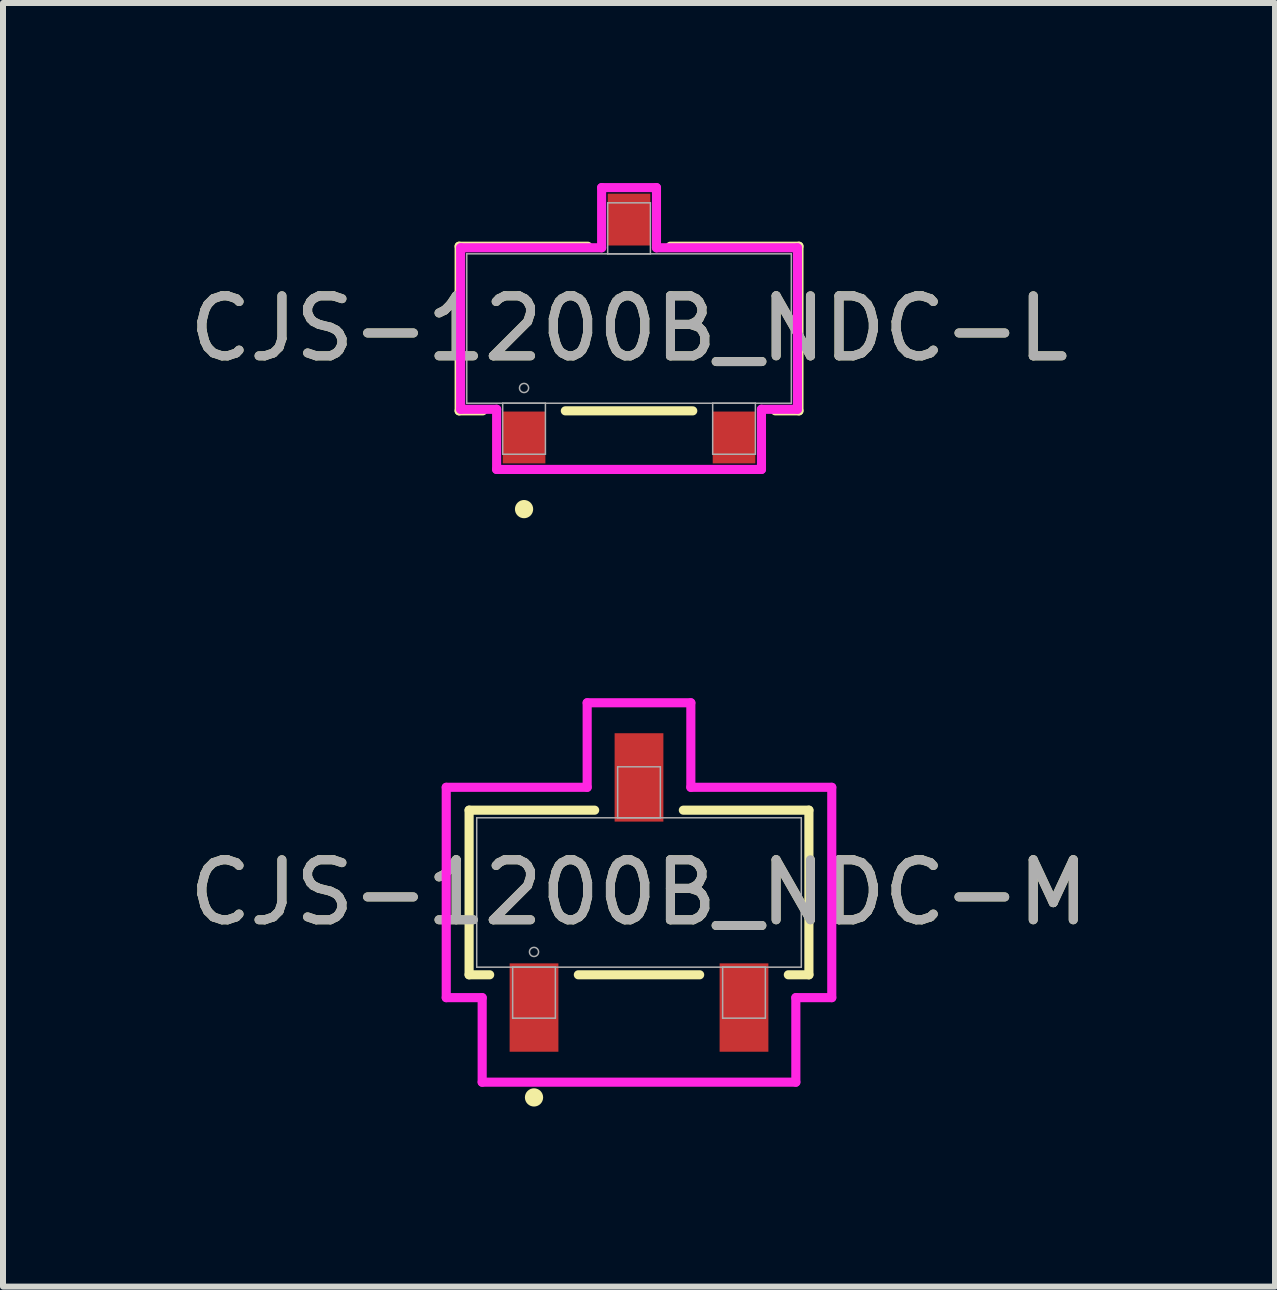
<source format=kicad_pcb>
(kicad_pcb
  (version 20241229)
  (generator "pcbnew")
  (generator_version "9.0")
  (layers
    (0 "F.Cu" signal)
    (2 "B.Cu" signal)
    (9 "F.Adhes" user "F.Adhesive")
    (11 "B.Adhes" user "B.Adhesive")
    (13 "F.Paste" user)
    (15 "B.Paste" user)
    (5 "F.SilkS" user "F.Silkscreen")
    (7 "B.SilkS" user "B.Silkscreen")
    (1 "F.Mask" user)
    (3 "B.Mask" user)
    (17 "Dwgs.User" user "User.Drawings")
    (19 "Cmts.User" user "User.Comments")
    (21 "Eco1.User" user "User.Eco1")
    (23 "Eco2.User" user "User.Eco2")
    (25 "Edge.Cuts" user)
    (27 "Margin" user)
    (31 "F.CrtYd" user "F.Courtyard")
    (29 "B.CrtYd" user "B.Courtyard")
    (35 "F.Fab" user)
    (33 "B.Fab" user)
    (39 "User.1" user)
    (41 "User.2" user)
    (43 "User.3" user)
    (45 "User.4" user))
  (footprint "CJS-1200B_NDC-M"
    (layer "F.Cu")
    (at 7.601 11.826)
    (property "Reference" "CJS-1200B_NDC-M" (at 0 0 0) (unlocked yes) (layer "F.SilkS") (effects (font (size 1 1) (thickness 0.15))))
    (attr smd)
    (fp_line (start -2.832 -1.372) (end -2.832 1.372) (stroke (width 0.152) (type solid)) (layer "F.SilkS"))
    (fp_line (start -2.832 1.372) (end -2.489 1.372) (stroke (width 0.152) (type solid)) (layer "F.SilkS"))
    (fp_line (start -1.011 1.372) (end 1.011 1.372) (stroke (width 0.152) (type solid)) (layer "F.SilkS"))
    (fp_line (start -0.739 -1.372) (end -2.832 -1.372) (stroke (width 0.152) (type solid)) (layer "F.SilkS"))
    (fp_line (start 2.489 1.372) (end 2.832 1.372) (stroke (width 0.152) (type solid)) (layer "F.SilkS"))
    (fp_line (start 2.832 -1.372) (end 0.739 -1.372) (stroke (width 0.152) (type solid)) (layer "F.SilkS"))
    (fp_line (start 2.832 1.372) (end 2.832 -1.372) (stroke (width 0.152) (type solid)) (layer "F.SilkS"))
    (fp_circle (center -1.75 3.416) (end -1.674 3.416) (stroke (width 0.152) (type solid)) (fill no) (layer "F.SilkS"))
    (fp_line (start -3.213 -1.753) (end -0.864 -1.753) (stroke (width 0.152) (type solid)) (layer "F.CrtYd"))
    (fp_line (start -3.213 1.753) (end -3.213 -1.753) (stroke (width 0.152) (type solid)) (layer "F.CrtYd"))
    (fp_line (start -3.213 1.753) (end -2.614 1.753) (stroke (width 0.152) (type solid)) (layer "F.CrtYd"))
    (fp_line (start -2.614 1.753) (end -2.614 3.162) (stroke (width 0.152) (type solid)) (layer "F.CrtYd"))
    (fp_line (start -2.614 3.162) (end 2.614 3.162) (stroke (width 0.152) (type solid)) (layer "F.CrtYd"))
    (fp_line (start -0.864 -3.162) (end 0.864 -3.162) (stroke (width 0.152) (type solid)) (layer "F.CrtYd"))
    (fp_line (start -0.864 -1.753) (end -0.864 -3.162) (stroke (width 0.152) (type solid)) (layer "F.CrtYd"))
    (fp_line (start 0.864 -1.753) (end 0.864 -3.162) (stroke (width 0.152) (type solid)) (layer "F.CrtYd"))
    (fp_line (start 2.614 1.753) (end 2.614 3.162) (stroke (width 0.152) (type solid)) (layer "F.CrtYd"))
    (fp_line (start 3.213 -1.753) (end 0.864 -1.753) (stroke (width 0.152) (type solid)) (layer "F.CrtYd"))
    (fp_line (start 3.213 -1.753) (end 3.213 1.753) (stroke (width 0.152) (type solid)) (layer "F.CrtYd"))
    (fp_line (start 3.213 1.753) (end 2.614 1.753) (stroke (width 0.152) (type solid)) (layer "F.CrtYd"))
    (fp_line (start -2.705 -1.245) (end -2.705 1.245) (stroke (width 0.025) (type solid)) (layer "F.Fab"))
    (fp_line (start -2.705 1.245) (end 2.705 1.245) (stroke (width 0.025) (type solid)) (layer "F.Fab"))
    (fp_line (start -2.106 1.245) (end -2.106 2.095) (stroke (width 0.025) (type solid)) (layer "F.Fab"))
    (fp_line (start -2.106 2.095) (end -1.394 2.095) (stroke (width 0.025) (type solid)) (layer "F.Fab"))
    (fp_line (start -1.394 1.245) (end -2.106 1.245) (stroke (width 0.025) (type solid)) (layer "F.Fab"))
    (fp_line (start -1.394 2.095) (end -1.394 1.245) (stroke (width 0.025) (type solid)) (layer "F.Fab"))
    (fp_line (start -0.356 -2.095) (end -0.356 -1.245) (stroke (width 0.025) (type solid)) (layer "F.Fab"))
    (fp_line (start -0.356 -1.245) (end 0.356 -1.245) (stroke (width 0.025) (type solid)) (layer "F.Fab"))
    (fp_line (start 0.356 -2.095) (end -0.356 -2.095) (stroke (width 0.025) (type solid)) (layer "F.Fab"))
    (fp_line (start 0.356 -1.245) (end 0.356 -2.095) (stroke (width 0.025) (type solid)) (layer "F.Fab"))
    (fp_line (start 1.394 1.245) (end 1.394 2.095) (stroke (width 0.025) (type solid)) (layer "F.Fab"))
    (fp_line (start 1.394 2.095) (end 2.106 2.095) (stroke (width 0.025) (type solid)) (layer "F.Fab"))
    (fp_line (start 2.106 1.245) (end 1.394 1.245) (stroke (width 0.025) (type solid)) (layer "F.Fab"))
    (fp_line (start 2.106 2.095) (end 2.106 1.245) (stroke (width 0.025) (type solid)) (layer "F.Fab"))
    (fp_line (start 2.705 -1.245) (end -2.705 -1.245) (stroke (width 0.025) (type solid)) (layer "F.Fab"))
    (fp_line (start 2.705 1.245) (end 2.705 -1.245) (stroke (width 0.025) (type solid)) (layer "F.Fab"))
    (fp_circle (center -1.75 0.991) (end -1.674 0.991) (stroke (width 0.025) (type solid)) (fill no) (layer "F.Fab"))
    (fp_text user "${REFERENCE}" (at 0 0 0) (unlocked yes) (layer "F.Fab") (effects (font (size 1 1) (thickness 0.15))))
    (pad "1" smd rect (at -1.75 1.918) (size 0.813 1.473) (layers "F.Cu" "F.Mask" "F.Paste"))
    (pad "2" smd rect (at 0 -1.918) (size 0.813 1.473) (layers "F.Cu" "F.Mask" "F.Paste"))
    (pad "3" smd rect (at 1.75 1.918) (size 0.813 1.473) (layers "F.Cu" "F.Mask" "F.Paste")))
  (footprint "CJS-1200B_NDC-L"
    (layer "F.Cu")
    (at 7.435 2.426)
    (property "Reference" "CJS-1200B_NDC-L" (at 0 0 0) (unlocked yes) (layer "F.SilkS") (effects (font (size 1 1) (thickness 0.15))))
    (attr smd)
    (fp_line (start -2.832 -1.372) (end -2.832 1.372) (stroke (width 0.152) (type solid)) (layer "F.SilkS"))
    (fp_line (start -2.832 1.372) (end -2.438 1.372) (stroke (width 0.152) (type solid)) (layer "F.SilkS"))
    (fp_line (start -1.062 1.372) (end 1.062 1.372) (stroke (width 0.152) (type solid)) (layer "F.SilkS"))
    (fp_line (start -0.688 -1.372) (end -2.832 -1.372) (stroke (width 0.152) (type solid)) (layer "F.SilkS"))
    (fp_line (start 2.438 1.372) (end 2.832 1.372) (stroke (width 0.152) (type solid)) (layer "F.SilkS"))
    (fp_line (start 2.832 -1.372) (end 0.688 -1.372) (stroke (width 0.152) (type solid)) (layer "F.SilkS"))
    (fp_line (start 2.832 1.372) (end 2.832 -1.372) (stroke (width 0.152) (type solid)) (layer "F.SilkS"))
    (fp_circle (center -1.75 3.01) (end -1.674 3.01) (stroke (width 0.152) (type solid)) (fill no) (layer "F.SilkS"))
    (fp_line (start -2.807 -1.346) (end -0.457 -1.346) (stroke (width 0.152) (type solid)) (layer "F.CrtYd"))
    (fp_line (start -2.807 1.346) (end -2.807 -1.346) (stroke (width 0.152) (type solid)) (layer "F.CrtYd"))
    (fp_line (start -2.807 1.346) (end -2.207 1.346) (stroke (width 0.152) (type solid)) (layer "F.CrtYd"))
    (fp_line (start -2.207 1.346) (end -2.207 2.349) (stroke (width 0.152) (type solid)) (layer "F.CrtYd"))
    (fp_line (start -2.207 2.349) (end 2.207 2.349) (stroke (width 0.152) (type solid)) (layer "F.CrtYd"))
    (fp_line (start -0.457 -2.349) (end 0.457 -2.349) (stroke (width 0.152) (type solid)) (layer "F.CrtYd"))
    (fp_line (start -0.457 -1.346) (end -0.457 -2.349) (stroke (width 0.152) (type solid)) (layer "F.CrtYd"))
    (fp_line (start 0.457 -1.346) (end 0.457 -2.349) (stroke (width 0.152) (type solid)) (layer "F.CrtYd"))
    (fp_line (start 2.207 1.346) (end 2.207 2.349) (stroke (width 0.152) (type solid)) (layer "F.CrtYd"))
    (fp_line (start 2.807 -1.346) (end 0.457 -1.346) (stroke (width 0.152) (type solid)) (layer "F.CrtYd"))
    (fp_line (start 2.807 -1.346) (end 2.807 1.346) (stroke (width 0.152) (type solid)) (layer "F.CrtYd"))
    (fp_line (start 2.807 1.346) (end 2.207 1.346) (stroke (width 0.152) (type solid)) (layer "F.CrtYd"))
    (fp_line (start -2.705 -1.245) (end -2.705 1.245) (stroke (width 0.025) (type solid)) (layer "F.Fab"))
    (fp_line (start -2.705 1.245) (end 2.705 1.245) (stroke (width 0.025) (type solid)) (layer "F.Fab"))
    (fp_line (start -2.106 1.245) (end -2.106 2.095) (stroke (width 0.025) (type solid)) (layer "F.Fab"))
    (fp_line (start -2.106 2.095) (end -1.394 2.095) (stroke (width 0.025) (type solid)) (layer "F.Fab"))
    (fp_line (start -1.394 1.245) (end -2.106 1.245) (stroke (width 0.025) (type solid)) (layer "F.Fab"))
    (fp_line (start -1.394 2.095) (end -1.394 1.245) (stroke (width 0.025) (type solid)) (layer "F.Fab"))
    (fp_line (start -0.356 -2.095) (end -0.356 -1.245) (stroke (width 0.025) (type solid)) (layer "F.Fab"))
    (fp_line (start -0.356 -1.245) (end 0.356 -1.245) (stroke (width 0.025) (type solid)) (layer "F.Fab"))
    (fp_line (start 0.356 -2.095) (end -0.356 -2.095) (stroke (width 0.025) (type solid)) (layer "F.Fab"))
    (fp_line (start 0.356 -1.245) (end 0.356 -2.095) (stroke (width 0.025) (type solid)) (layer "F.Fab"))
    (fp_line (start 1.394 1.245) (end 1.394 2.095) (stroke (width 0.025) (type solid)) (layer "F.Fab"))
    (fp_line (start 1.394 2.095) (end 2.106 2.095) (stroke (width 0.025) (type solid)) (layer "F.Fab"))
    (fp_line (start 2.106 1.245) (end 1.394 1.245) (stroke (width 0.025) (type solid)) (layer "F.Fab"))
    (fp_line (start 2.106 2.095) (end 2.106 1.245) (stroke (width 0.025) (type solid)) (layer "F.Fab"))
    (fp_line (start 2.705 -1.245) (end -2.705 -1.245) (stroke (width 0.025) (type solid)) (layer "F.Fab"))
    (fp_line (start 2.705 1.245) (end 2.705 -1.245) (stroke (width 0.025) (type solid)) (layer "F.Fab"))
    (fp_circle (center -1.75 0.991) (end -1.674 0.991) (stroke (width 0.025) (type solid)) (fill no) (layer "F.Fab"))
    (fp_text user "${REFERENCE}" (at 0 0 0) (unlocked yes) (layer "F.Fab") (effects (font (size 1 1) (thickness 0.15))))
    (pad "1" smd rect (at -1.75 1.816) (size 0.711 0.864) (layers "F.Cu" "F.Mask" "F.Paste"))
    (pad "2" smd rect (at 0 -1.816) (size 0.711 0.864) (layers "F.Cu" "F.Mask" "F.Paste"))
    (pad "3" smd rect (at 1.75 1.816) (size 0.711 0.864) (layers "F.Cu" "F.Mask" "F.Paste")))
  (gr_rect
    (start -3 -3)
    (end 18.202 18.395)
    (stroke (width 0.1) (type default))
    (fill no)
    (layer "Edge.Cuts")))
</source>
